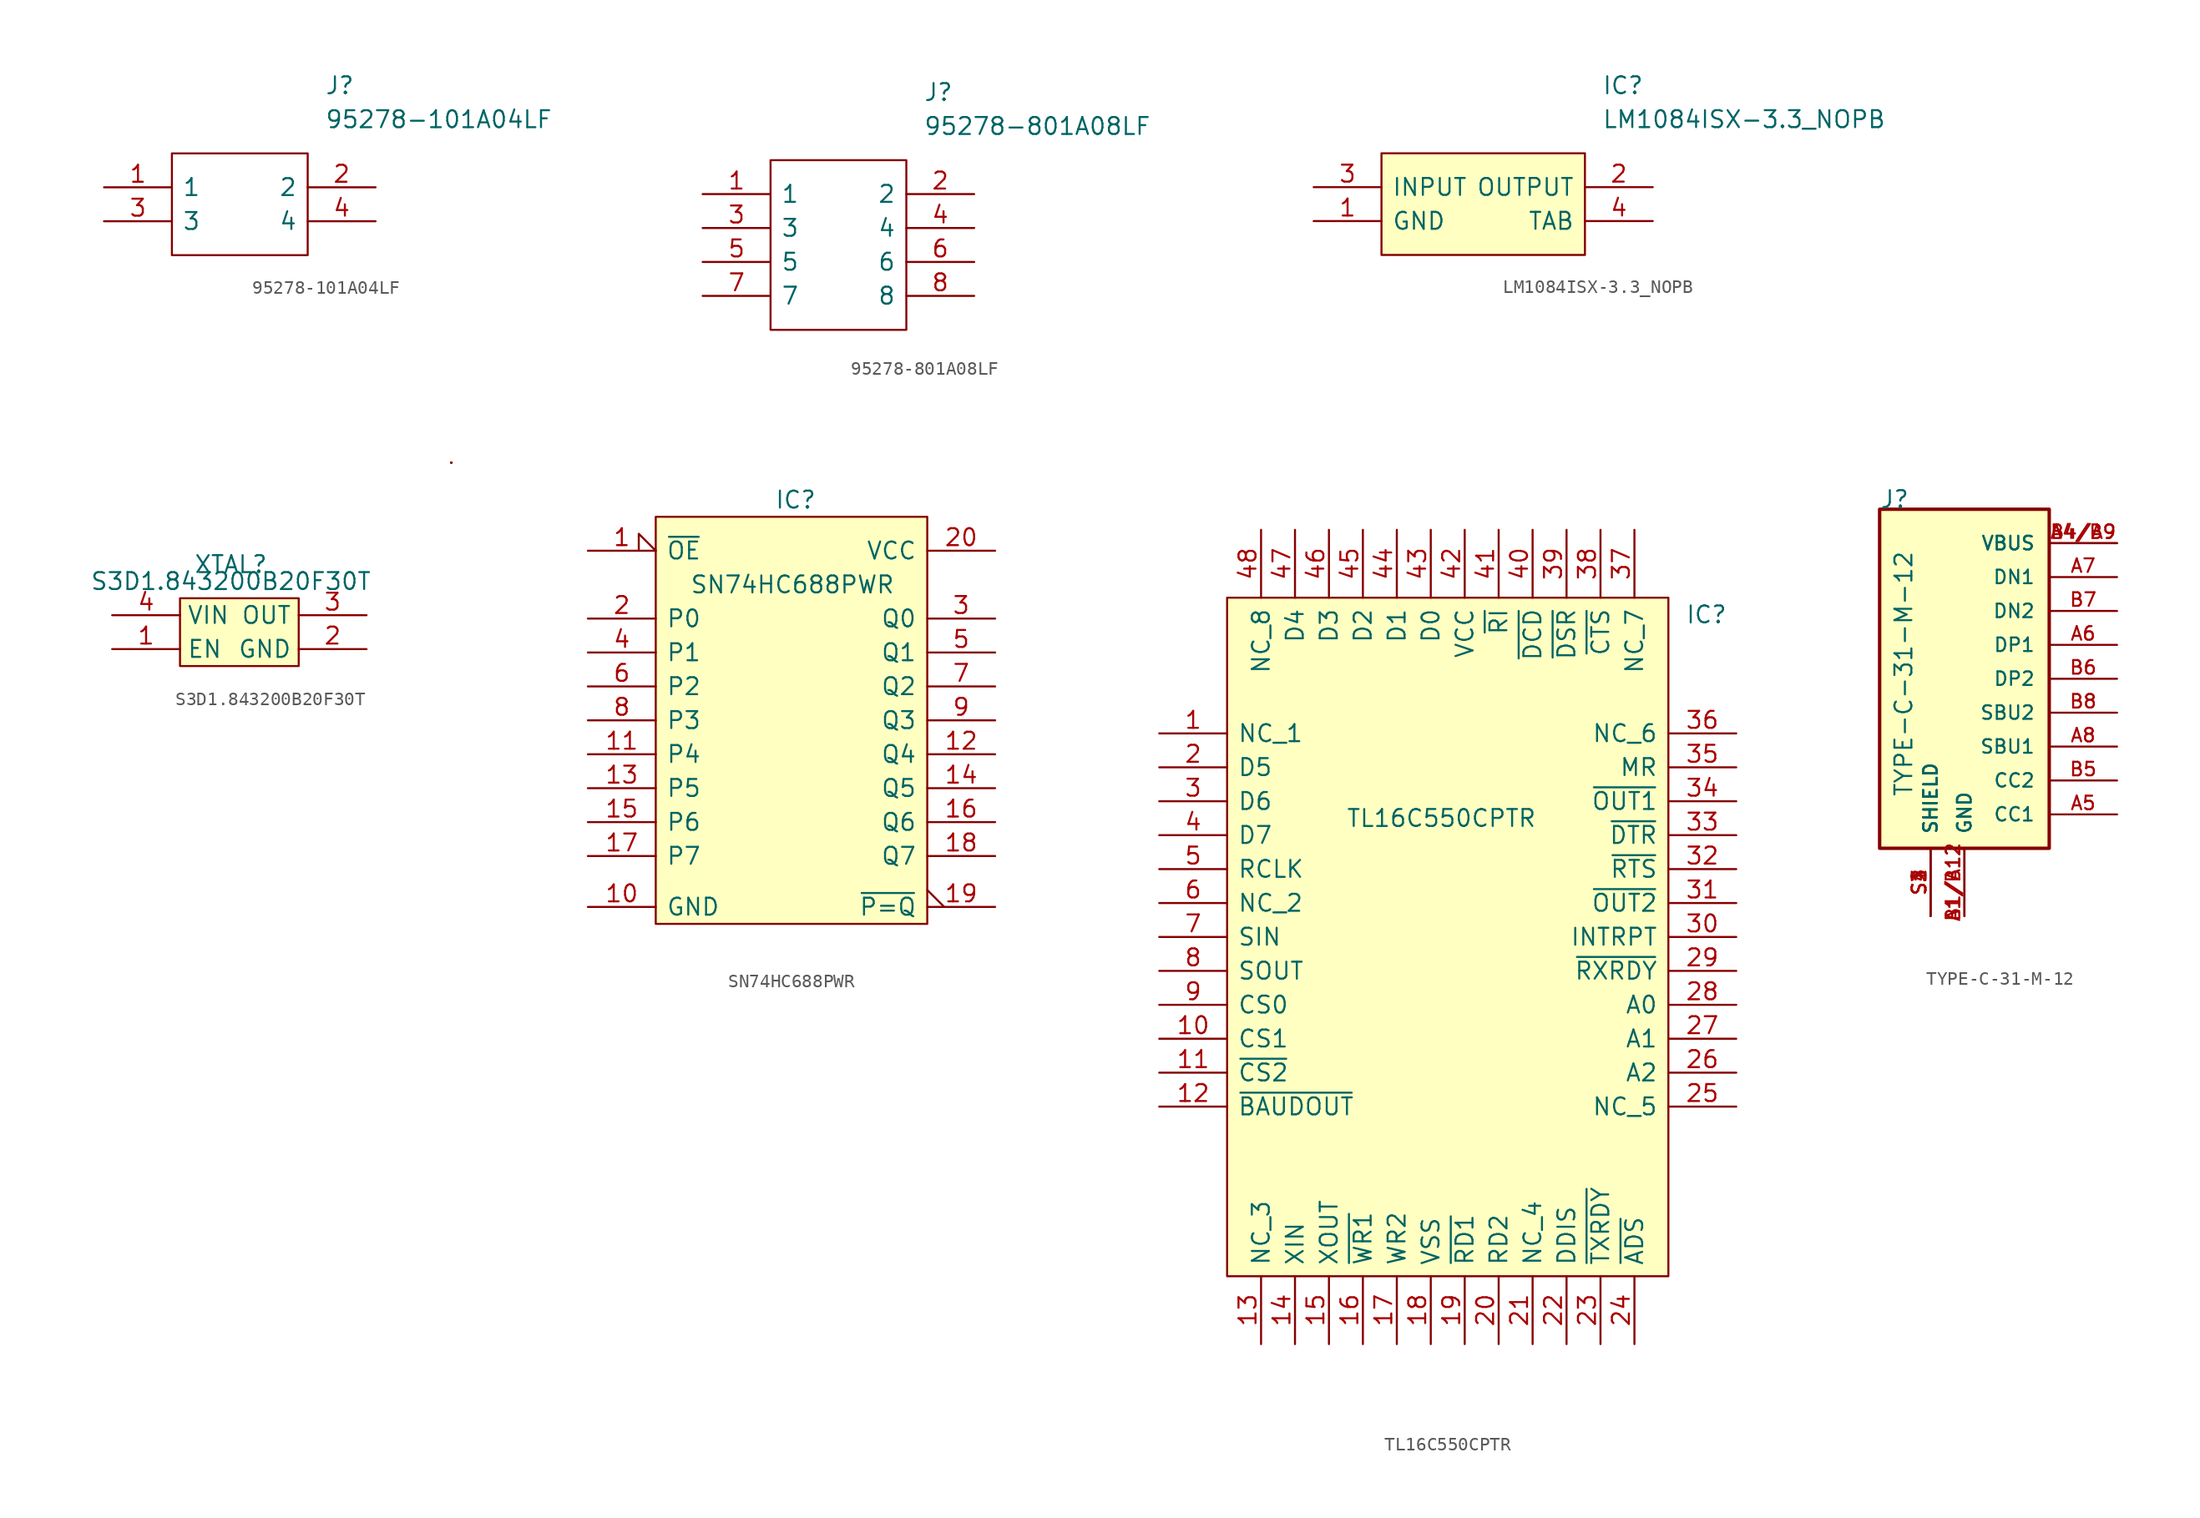
<source format=kicad_sym>
(kicad_symbol_lib
  (version 20211014)
  (generator kicad_symbol_editor)
  (symbol "95278-101A04LF"
    (pin_names
      (offset 0.762))
    (property "Reference" "J"
      (at 16.51 7.62 0)
      (effects (font (size 1.27 1.27)) (justify left)))
    (property "Value" "95278-101A04LF"
      (at 16.51 5.08 0)
      (effects (font (size 1.27 1.27)) (justify left)))
    (symbol "95278-101A04LF_0_0"
      (pin passive line (at 0 0 0) (length 5.08) (name "1" (effects (font (size 1.27 1.27)))) (number "1" (effects (font (size 1.27 1.27)))))
      (pin passive line (at 20.32 0 180) (length 5.08) (name "2" (effects (font (size 1.27 1.27)))) (number "2" (effects (font (size 1.27 1.27)))))
      (pin passive line (at 0 -2.54 0) (length 5.08) (name "3" (effects (font (size 1.27 1.27)))) (number "3" (effects (font (size 1.27 1.27)))))
      (pin passive line (at 20.32 -2.54 180) (length 5.08) (name "4" (effects (font (size 1.27 1.27)))) (number "4" (effects (font (size 1.27 1.27))))))
    (symbol "95278-101A04LF_0_1"
      (polyline (pts (xy 5.08 2.54) (xy 15.24 2.54) (xy 15.24 -5.08) (xy 5.08 -5.08) (xy 5.08 2.54)) (stroke (width 0.152) (type default) (color 0 0 0 0)) (fill (type none)))))
  (symbol "95278-801A08LF"
    (pin_names
      (offset 0.762))
    (property "Reference" "J"
      (at 16.51 7.62 0)
      (effects (font (size 1.27 1.27)) (justify left)))
    (property "Value" "95278-801A08LF"
      (at 16.51 5.08 0)
      (effects (font (size 1.27 1.27)) (justify left)))
    (symbol "95278-801A08LF_0_0"
      (pin passive line (at 0 0 0) (length 5.08) (name "1" (effects (font (size 1.27 1.27)))) (number "1" (effects (font (size 1.27 1.27)))))
      (pin passive line (at 20.32 0 180) (length 5.08) (name "2" (effects (font (size 1.27 1.27)))) (number "2" (effects (font (size 1.27 1.27)))))
      (pin passive line (at 0 -2.54 0) (length 5.08) (name "3" (effects (font (size 1.27 1.27)))) (number "3" (effects (font (size 1.27 1.27)))))
      (pin passive line (at 20.32 -2.54 180) (length 5.08) (name "4" (effects (font (size 1.27 1.27)))) (number "4" (effects (font (size 1.27 1.27)))))
      (pin passive line (at 0 -5.08 0) (length 5.08) (name "5" (effects (font (size 1.27 1.27)))) (number "5" (effects (font (size 1.27 1.27)))))
      (pin passive line (at 20.32 -5.08 180) (length 5.08) (name "6" (effects (font (size 1.27 1.27)))) (number "6" (effects (font (size 1.27 1.27)))))
      (pin passive line (at 0 -7.62 0) (length 5.08) (name "7" (effects (font (size 1.27 1.27)))) (number "7" (effects (font (size 1.27 1.27)))))
      (pin passive line (at 20.32 -7.62 180) (length 5.08) (name "8" (effects (font (size 1.27 1.27)))) (number "8" (effects (font (size 1.27 1.27))))))
    (symbol "95278-801A08LF_0_1"
      (polyline (pts (xy 5.08 2.54) (xy 15.24 2.54) (xy 15.24 -10.16) (xy 5.08 -10.16) (xy 5.08 2.54)) (stroke (width 0.152) (type default) (color 0 0 0 0)) (fill (type none)))))
  (symbol "LM1084ISX-3.3_NOPB"
    (pin_names
      (offset 0.762))
    (property "Reference" "IC"
      (at 29.21 7.62 0)
      (effects (font (size 1.27 1.27)) (justify left)))
    (property "Value" "LM1084ISX-3.3_NOPB"
      (at 29.21 5.08 0)
      (effects (font (size 1.27 1.27)) (justify left)))
    (symbol "LM1084ISX-3.3_NOPB_0_0"
      (pin passive line (at 7.62 -2.54 0) (length 5.08) (name "GND" (effects (font (size 1.27 1.27)))) (number "1" (effects (font (size 1.27 1.27)))))
      (pin passive line (at 33.02 0 180) (length 5.08) (name "OUTPUT" (effects (font (size 1.27 1.27)))) (number "2" (effects (font (size 1.27 1.27)))))
      (pin passive line (at 7.62 0 0) (length 5.08) (name "INPUT" (effects (font (size 1.27 1.27)))) (number "3" (effects (font (size 1.27 1.27)))))
      (pin passive line (at 33.02 -2.54 180) (length 5.08) (name "TAB" (effects (font (size 1.27 1.27)))) (number "4" (effects (font (size 1.27 1.27))))))
    (symbol "LM1084ISX-3.3_NOPB_0_1"
      (polyline (pts (xy 12.7 2.54) (xy 27.94 2.54) (xy 27.94 -5.08) (xy 12.7 -5.08) (xy 12.7 2.54)) (stroke (width 0.152) (type default) (color 0 0 0 0)) (fill (type background)))))
  (symbol "S3D1.843200B20F30T"
    (property "Reference" "XTAL"
      (at 0 0 0)
      (effects (font (size 1.27 1.27))))
    (property "Value" "S3D1.843200B20F30T"
      (at 0 -1.27 0)
      (effects (font (size 1.27 1.27))))
    (symbol "S3D1.843200B20F30T_0_0"
      (pin passive line (at -8.89 -6.35 0) (length 5.08) (name "EN" (effects (font (size 1.27 1.27)))) (number "1" (effects (font (size 1.27 1.27)))))
      (pin passive line (at 10.16 -6.35 180) (length 5.08) (name "GND" (effects (font (size 1.27 1.27)))) (number "2" (effects (font (size 1.27 1.27)))))
      (pin passive line (at 10.16 -3.81 180) (length 5.08) (name "OUT" (effects (font (size 1.27 1.27)))) (number "3" (effects (font (size 1.27 1.27)))))
      (pin passive line (at -8.89 -3.81 0) (length 5.08) (name "VIN" (effects (font (size 1.27 1.27)))) (number "4" (effects (font (size 1.27 1.27))))))
    (symbol "S3D1.843200B20F30T_0_1"
      (rectangle (start -3.81 -7.62) (end 5.08 -2.54) (stroke (width 0) (type default) (color 0 0 0 0)) (fill (type background)))
      (polyline (pts (xy 16.51 7.62) (xy 16.51 7.62)) (stroke (width 0) (type default) (color 0 0 0 0)) (fill (type none)))
      (polyline (pts (xy 16.51 7.62) (xy 16.51 7.62)) (stroke (width 0) (type default) (color 0 0 0 0)) (fill (type none)))
      (rectangle (start 16.51 7.62) (end 16.51 7.62) (stroke (width 0) (type default) (color 0 0 0 0)) (fill (type none)))
      (rectangle (start 16.51 7.62) (end 16.51 7.62) (stroke (width 0) (type default) (color 0 0 0 0)) (fill (type none)))
      (rectangle (start 16.51 7.62) (end 16.51 7.62) (stroke (width 0) (type default) (color 0 0 0 0)) (fill (type none)))
      (rectangle (start 16.51 7.62) (end 16.51 7.62) (stroke (width 0) (type default) (color 0 0 0 0)) (fill (type none)))
      (rectangle (start 16.51 7.62) (end 16.51 7.62) (stroke (width 0) (type default) (color 0 0 0 0)) (fill (type none)))))
  (symbol "SN74HC688PWR"
    (pin_names
      (offset 0.762))
    (property "Reference" "IC"
      (at 13.97 6.35 0)
      (effects (font (size 1.27 1.27)) (justify left)))
    (property "Value" "SN74HC688PWR"
      (at 7.62 0 0)
      (effects (font (size 1.27 1.27)) (justify left)))
    (symbol "SN74HC688PWR_0_0"
      (pin passive input_low (at 0 2.54 0) (length 5.08) (name "~{OE}" (effects (font (size 1.27 1.27)))) (number "1" (effects (font (size 1.27 1.27)))))
      (pin passive line (at 0 -24.13 0) (length 5.08) (name "GND" (effects (font (size 1.27 1.27)))) (number "10" (effects (font (size 1.27 1.27)))))
      (pin passive line (at 0 -12.7 0) (length 5.08) (name "P4" (effects (font (size 1.27 1.27)))) (number "11" (effects (font (size 1.27 1.27)))))
      (pin passive line (at 30.48 -12.7 180) (length 5.08) (name "Q4" (effects (font (size 1.27 1.27)))) (number "12" (effects (font (size 1.27 1.27)))))
      (pin passive line (at 0 -15.24 0) (length 5.08) (name "P5" (effects (font (size 1.27 1.27)))) (number "13" (effects (font (size 1.27 1.27)))))
      (pin passive line (at 30.48 -15.24 180) (length 5.08) (name "Q5" (effects (font (size 1.27 1.27)))) (number "14" (effects (font (size 1.27 1.27)))))
      (pin passive line (at 0 -17.78 0) (length 5.08) (name "P6" (effects (font (size 1.27 1.27)))) (number "15" (effects (font (size 1.27 1.27)))))
      (pin passive line (at 30.48 -17.78 180) (length 5.08) (name "Q6" (effects (font (size 1.27 1.27)))) (number "16" (effects (font (size 1.27 1.27)))))
      (pin passive line (at 0 -20.32 0) (length 5.08) (name "P7" (effects (font (size 1.27 1.27)))) (number "17" (effects (font (size 1.27 1.27)))))
      (pin passive line (at 30.48 -20.32 180) (length 5.08) (name "Q7" (effects (font (size 1.27 1.27)))) (number "18" (effects (font (size 1.27 1.27)))))
      (pin output output_low (at 30.48 -24.13 180) (length 5.08) (name "~{P=Q}" (effects (font (size 1.27 1.27)))) (number "19" (effects (font (size 1.27 1.27)))))
      (pin passive line (at 0 -2.54 0) (length 5.08) (name "P0" (effects (font (size 1.27 1.27)))) (number "2" (effects (font (size 1.27 1.27)))))
      (pin passive line (at 30.48 2.54 180) (length 5.08) (name "VCC" (effects (font (size 1.27 1.27)))) (number "20" (effects (font (size 1.27 1.27)))))
      (pin passive line (at 30.48 -2.54 180) (length 5.08) (name "Q0" (effects (font (size 1.27 1.27)))) (number "3" (effects (font (size 1.27 1.27)))))
      (pin passive line (at 0 -5.08 0) (length 5.08) (name "P1" (effects (font (size 1.27 1.27)))) (number "4" (effects (font (size 1.27 1.27)))))
      (pin passive line (at 30.48 -5.08 180) (length 5.08) (name "Q1" (effects (font (size 1.27 1.27)))) (number "5" (effects (font (size 1.27 1.27)))))
      (pin passive line (at 0 -7.62 0) (length 5.08) (name "P2" (effects (font (size 1.27 1.27)))) (number "6" (effects (font (size 1.27 1.27)))))
      (pin passive line (at 30.48 -7.62 180) (length 5.08) (name "Q2" (effects (font (size 1.27 1.27)))) (number "7" (effects (font (size 1.27 1.27)))))
      (pin passive line (at 0 -10.16 0) (length 5.08) (name "P3" (effects (font (size 1.27 1.27)))) (number "8" (effects (font (size 1.27 1.27)))))
      (pin passive line (at 30.48 -10.16 180) (length 5.08) (name "Q3" (effects (font (size 1.27 1.27)))) (number "9" (effects (font (size 1.27 1.27))))))
    (symbol "SN74HC688PWR_0_1"
      (polyline (pts (xy 5.08 5.08) (xy 25.4 5.08) (xy 25.4 -25.4) (xy 5.08 -25.4) (xy 5.08 5.08)) (stroke (width 0.152) (type default) (color 0 0 0 0)) (fill (type background)))))
  (symbol "TL16C550CPTR"
    (pin_names
      (offset 0.762))
    (property "Reference" "IC"
      (at 39.37 8.89 0)
      (effects (font (size 1.27 1.27)) (justify left)))
    (property "Value" "TL16C550CPTR"
      (at 13.97 -6.35 0)
      (effects (font (size 1.27 1.27)) (justify left)))
    (symbol "TL16C550CPTR_0_0"
      (pin passive line (at 0 0 0) (length 5.08) (name "NC_1" (effects (font (size 1.27 1.27)))) (number "1" (effects (font (size 1.27 1.27)))))
      (pin passive line (at 0 -22.86 0) (length 5.08) (name "CS1" (effects (font (size 1.27 1.27)))) (number "10" (effects (font (size 1.27 1.27)))))
      (pin passive line (at 0 -25.4 0) (length 5.08) (name "~{CS2}" (effects (font (size 1.27 1.27)))) (number "11" (effects (font (size 1.27 1.27)))))
      (pin passive line (at 0 -27.94 0) (length 5.08) (name "~{BAUDOUT}" (effects (font (size 1.27 1.27)))) (number "12" (effects (font (size 1.27 1.27)))))
      (pin passive line (at 7.62 -45.72 90) (length 5.08) (name "NC_3" (effects (font (size 1.27 1.27)))) (number "13" (effects (font (size 1.27 1.27)))))
      (pin passive line (at 10.16 -45.72 90) (length 5.08) (name "XIN" (effects (font (size 1.27 1.27)))) (number "14" (effects (font (size 1.27 1.27)))))
      (pin passive line (at 12.7 -45.72 90) (length 5.08) (name "XOUT" (effects (font (size 1.27 1.27)))) (number "15" (effects (font (size 1.27 1.27)))))
      (pin passive line (at 15.24 -45.72 90) (length 5.08) (name "~{WR1}" (effects (font (size 1.27 1.27)))) (number "16" (effects (font (size 1.27 1.27)))))
      (pin passive line (at 17.78 -45.72 90) (length 5.08) (name "WR2" (effects (font (size 1.27 1.27)))) (number "17" (effects (font (size 1.27 1.27)))))
      (pin passive line (at 20.32 -45.72 90) (length 5.08) (name "VSS" (effects (font (size 1.27 1.27)))) (number "18" (effects (font (size 1.27 1.27)))))
      (pin passive line (at 22.86 -45.72 90) (length 5.08) (name "~{RD1}" (effects (font (size 1.27 1.27)))) (number "19" (effects (font (size 1.27 1.27)))))
      (pin passive line (at 0 -2.54 0) (length 5.08) (name "D5" (effects (font (size 1.27 1.27)))) (number "2" (effects (font (size 1.27 1.27)))))
      (pin passive line (at 25.4 -45.72 90) (length 5.08) (name "RD2" (effects (font (size 1.27 1.27)))) (number "20" (effects (font (size 1.27 1.27)))))
      (pin passive line (at 27.94 -45.72 90) (length 5.08) (name "NC_4" (effects (font (size 1.27 1.27)))) (number "21" (effects (font (size 1.27 1.27)))))
      (pin passive line (at 30.48 -45.72 90) (length 5.08) (name "DDIS" (effects (font (size 1.27 1.27)))) (number "22" (effects (font (size 1.27 1.27)))))
      (pin passive line (at 33.02 -45.72 90) (length 5.08) (name "~{TXRDY}" (effects (font (size 1.27 1.27)))) (number "23" (effects (font (size 1.27 1.27)))))
      (pin passive line (at 35.56 -45.72 90) (length 5.08) (name "~{ADS}" (effects (font (size 1.27 1.27)))) (number "24" (effects (font (size 1.27 1.27)))))
      (pin passive line (at 43.18 -27.94 180) (length 5.08) (name "NC_5" (effects (font (size 1.27 1.27)))) (number "25" (effects (font (size 1.27 1.27)))))
      (pin passive line (at 43.18 -25.4 180) (length 5.08) (name "A2" (effects (font (size 1.27 1.27)))) (number "26" (effects (font (size 1.27 1.27)))))
      (pin passive line (at 43.18 -22.86 180) (length 5.08) (name "A1" (effects (font (size 1.27 1.27)))) (number "27" (effects (font (size 1.27 1.27)))))
      (pin passive line (at 43.18 -20.32 180) (length 5.08) (name "A0" (effects (font (size 1.27 1.27)))) (number "28" (effects (font (size 1.27 1.27)))))
      (pin passive line (at 43.18 -17.78 180) (length 5.08) (name "~{RXRDY}" (effects (font (size 1.27 1.27)))) (number "29" (effects (font (size 1.27 1.27)))))
      (pin passive line (at 0 -5.08 0) (length 5.08) (name "D6" (effects (font (size 1.27 1.27)))) (number "3" (effects (font (size 1.27 1.27)))))
      (pin passive line (at 43.18 -15.24 180) (length 5.08) (name "INTRPT" (effects (font (size 1.27 1.27)))) (number "30" (effects (font (size 1.27 1.27)))))
      (pin passive line (at 43.18 -12.7 180) (length 5.08) (name "~{OUT2}" (effects (font (size 1.27 1.27)))) (number "31" (effects (font (size 1.27 1.27)))))
      (pin passive line (at 43.18 -10.16 180) (length 5.08) (name "~{RTS}" (effects (font (size 1.27 1.27)))) (number "32" (effects (font (size 1.27 1.27)))))
      (pin passive line (at 43.18 -7.62 180) (length 5.08) (name "~{DTR}" (effects (font (size 1.27 1.27)))) (number "33" (effects (font (size 1.27 1.27)))))
      (pin passive line (at 43.18 -5.08 180) (length 5.08) (name "~{OUT1}" (effects (font (size 1.27 1.27)))) (number "34" (effects (font (size 1.27 1.27)))))
      (pin passive line (at 43.18 -2.54 180) (length 5.08) (name "MR" (effects (font (size 1.27 1.27)))) (number "35" (effects (font (size 1.27 1.27)))))
      (pin passive line (at 43.18 0 180) (length 5.08) (name "NC_6" (effects (font (size 1.27 1.27)))) (number "36" (effects (font (size 1.27 1.27)))))
      (pin passive line (at 35.56 15.24 270) (length 5.08) (name "NC_7" (effects (font (size 1.27 1.27)))) (number "37" (effects (font (size 1.27 1.27)))))
      (pin passive line (at 33.02 15.24 270) (length 5.08) (name "~{CTS}" (effects (font (size 1.27 1.27)))) (number "38" (effects (font (size 1.27 1.27)))))
      (pin passive line (at 30.48 15.24 270) (length 5.08) (name "~{DSR}" (effects (font (size 1.27 1.27)))) (number "39" (effects (font (size 1.27 1.27)))))
      (pin passive line (at 0 -7.62 0) (length 5.08) (name "D7" (effects (font (size 1.27 1.27)))) (number "4" (effects (font (size 1.27 1.27)))))
      (pin passive line (at 27.94 15.24 270) (length 5.08) (name "~{DCD}" (effects (font (size 1.27 1.27)))) (number "40" (effects (font (size 1.27 1.27)))))
      (pin passive line (at 25.4 15.24 270) (length 5.08) (name "~{RI}" (effects (font (size 1.27 1.27)))) (number "41" (effects (font (size 1.27 1.27)))))
      (pin passive line (at 22.86 15.24 270) (length 5.08) (name "VCC" (effects (font (size 1.27 1.27)))) (number "42" (effects (font (size 1.27 1.27)))))
      (pin passive line (at 20.32 15.24 270) (length 5.08) (name "D0" (effects (font (size 1.27 1.27)))) (number "43" (effects (font (size 1.27 1.27)))))
      (pin passive line (at 17.78 15.24 270) (length 5.08) (name "D1" (effects (font (size 1.27 1.27)))) (number "44" (effects (font (size 1.27 1.27)))))
      (pin passive line (at 15.24 15.24 270) (length 5.08) (name "D2" (effects (font (size 1.27 1.27)))) (number "45" (effects (font (size 1.27 1.27)))))
      (pin passive line (at 12.7 15.24 270) (length 5.08) (name "D3" (effects (font (size 1.27 1.27)))) (number "46" (effects (font (size 1.27 1.27)))))
      (pin passive line (at 10.16 15.24 270) (length 5.08) (name "D4" (effects (font (size 1.27 1.27)))) (number "47" (effects (font (size 1.27 1.27)))))
      (pin passive line (at 7.62 15.24 270) (length 5.08) (name "NC_8" (effects (font (size 1.27 1.27)))) (number "48" (effects (font (size 1.27 1.27)))))
      (pin passive line (at 0 -10.16 0) (length 5.08) (name "RCLK" (effects (font (size 1.27 1.27)))) (number "5" (effects (font (size 1.27 1.27)))))
      (pin passive line (at 0 -12.7 0) (length 5.08) (name "NC_2" (effects (font (size 1.27 1.27)))) (number "6" (effects (font (size 1.27 1.27)))))
      (pin passive line (at 0 -15.24 0) (length 5.08) (name "SIN" (effects (font (size 1.27 1.27)))) (number "7" (effects (font (size 1.27 1.27)))))
      (pin passive line (at 0 -17.78 0) (length 5.08) (name "SOUT" (effects (font (size 1.27 1.27)))) (number "8" (effects (font (size 1.27 1.27)))))
      (pin passive line (at 0 -20.32 0) (length 5.08) (name "CS0" (effects (font (size 1.27 1.27)))) (number "9" (effects (font (size 1.27 1.27))))))
    (symbol "TL16C550CPTR_0_1"
      (polyline (pts (xy 5.08 10.16) (xy 38.1 10.16) (xy 38.1 -40.64) (xy 5.08 -40.64) (xy 5.08 10.16)) (stroke (width 0.152) (type default) (color 0 0 0 0)) (fill (type background)))))
  (symbol "TYPE-C-31-M-12"
    (pin_names
      (offset 1.016))
    (property "Reference" "J"
      (at -5.08 13.97 0)
      (effects (font (size 1.27 1.27)) (justify left bottom)))
    (property "Value" "TYPE-C-31-M-12"
      (at -2.54 -7.62 90)
      (effects (font (size 1.27 1.27)) (justify left bottom)))
    (property "ki_locked" ""
      (at 0 0 0)
      (effects (font (size 1.27 1.27))))
    (symbol "TYPE-C-31-M-12_0_0"
      (rectangle (start -5.08 13.97) (end 7.62 -11.43) (stroke (width 0.254) (type default) (color 0 0 0 0)) (fill (type background)))
      (pin power_in line (at 1.27 -16.51 90) (length 5.08) (name "GND" (effects (font (size 1.016 1.016)))) (number "A1/B12" (effects (font (size 1.016 1.016)))))
      (pin power_in line (at 12.7 11.43 180) (length 5.08) (name "VBUS" (effects (font (size 1.016 1.016)))) (number "A4/B9" (effects (font (size 1.016 1.016)))))
      (pin bidirectional line (at 12.7 -8.89 180) (length 5.08) (name "CC1" (effects (font (size 1.016 1.016)))) (number "A5" (effects (font (size 1.016 1.016)))))
      (pin bidirectional line (at 12.7 3.81 180) (length 5.08) (name "DP1" (effects (font (size 1.016 1.016)))) (number "A6" (effects (font (size 1.016 1.016)))))
      (pin bidirectional line (at 12.7 8.89 180) (length 5.08) (name "DN1" (effects (font (size 1.016 1.016)))) (number "A7" (effects (font (size 1.016 1.016)))))
      (pin bidirectional line (at 12.7 -3.81 180) (length 5.08) (name "SBU1" (effects (font (size 1.016 1.016)))) (number "A8" (effects (font (size 1.016 1.016)))))
      (pin power_in line (at 1.27 -16.51 90) (length 5.08) (name "GND" (effects (font (size 1.016 1.016)))) (number "B1/A12" (effects (font (size 1.016 1.016)))))
      (pin power_in line (at 12.7 11.43 180) (length 5.08) (name "VBUS" (effects (font (size 1.016 1.016)))) (number "B4/A9" (effects (font (size 1.016 1.016)))))
      (pin bidirectional line (at 12.7 -6.35 180) (length 5.08) (name "CC2" (effects (font (size 1.016 1.016)))) (number "B5" (effects (font (size 1.016 1.016)))))
      (pin bidirectional line (at 12.7 1.27 180) (length 5.08) (name "DP2" (effects (font (size 1.016 1.016)))) (number "B6" (effects (font (size 1.016 1.016)))))
      (pin bidirectional line (at 12.7 6.35 180) (length 5.08) (name "DN2" (effects (font (size 1.016 1.016)))) (number "B7" (effects (font (size 1.016 1.016)))))
      (pin bidirectional line (at 12.7 -1.27 180) (length 5.08) (name "SBU2" (effects (font (size 1.016 1.016)))) (number "B8" (effects (font (size 1.016 1.016)))))
      (pin passive line (at -1.27 -16.51 90) (length 5.08) (name "SHIELD" (effects (font (size 1.016 1.016)))) (number "S1" (effects (font (size 1.016 1.016)))))
      (pin passive line (at -1.27 -16.51 90) (length 5.08) (name "SHIELD" (effects (font (size 1.016 1.016)))) (number "S2" (effects (font (size 1.016 1.016)))))
      (pin passive line (at -1.27 -16.51 90) (length 5.08) (name "SHIELD" (effects (font (size 1.016 1.016)))) (number "S3" (effects (font (size 1.016 1.016)))))
      (pin passive line (at -1.27 -16.51 90) (length 5.08) (name "SHIELD" (effects (font (size 1.016 1.016)))) (number "S4" (effects (font (size 1.016 1.016))))))))
</source>
